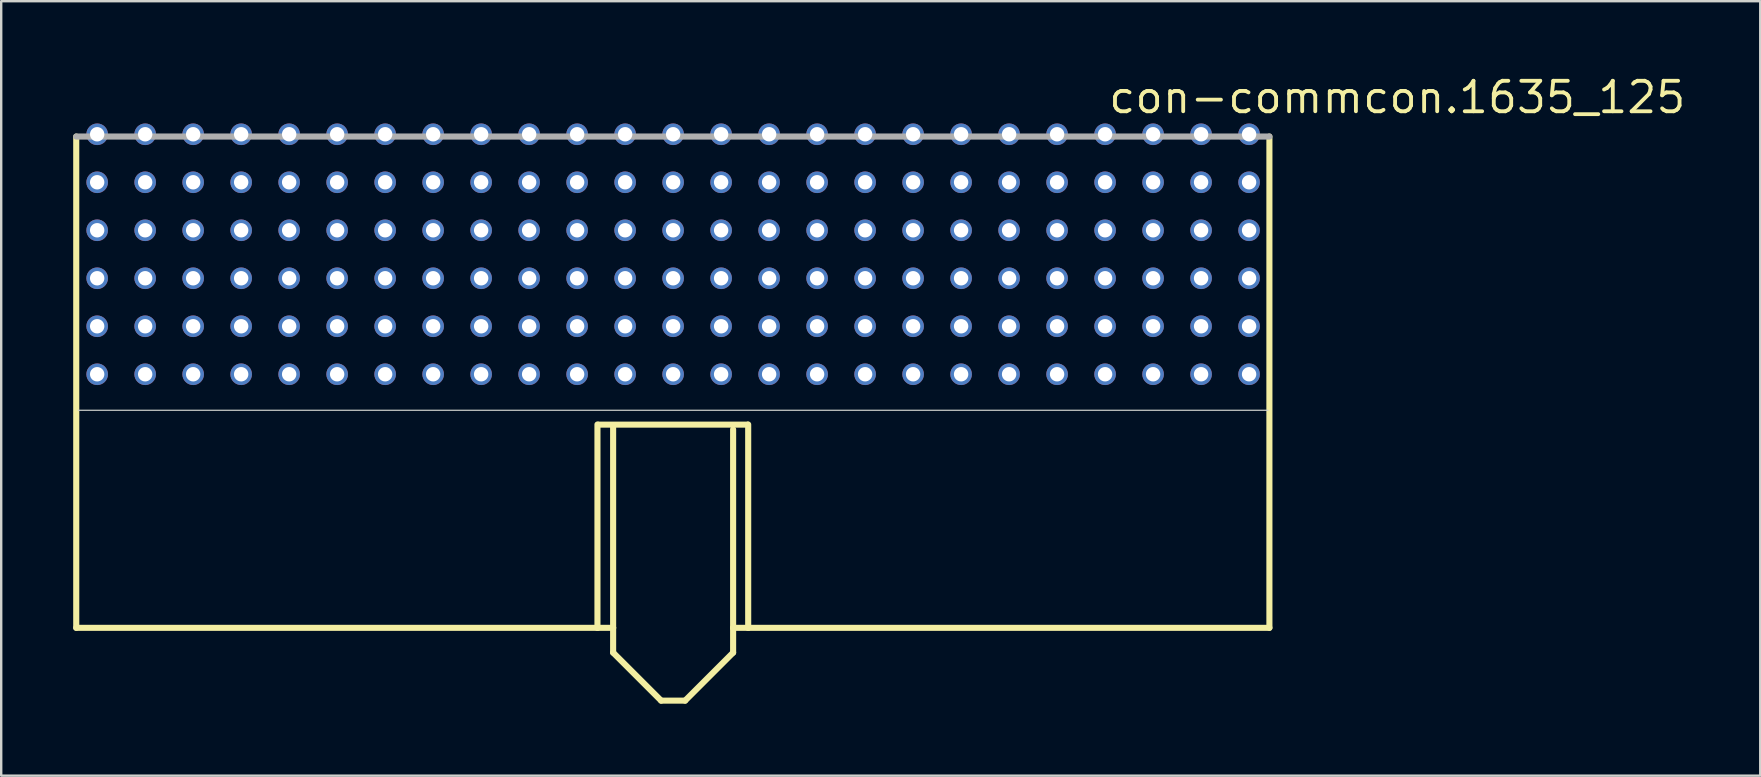
<source format=kicad_pcb>
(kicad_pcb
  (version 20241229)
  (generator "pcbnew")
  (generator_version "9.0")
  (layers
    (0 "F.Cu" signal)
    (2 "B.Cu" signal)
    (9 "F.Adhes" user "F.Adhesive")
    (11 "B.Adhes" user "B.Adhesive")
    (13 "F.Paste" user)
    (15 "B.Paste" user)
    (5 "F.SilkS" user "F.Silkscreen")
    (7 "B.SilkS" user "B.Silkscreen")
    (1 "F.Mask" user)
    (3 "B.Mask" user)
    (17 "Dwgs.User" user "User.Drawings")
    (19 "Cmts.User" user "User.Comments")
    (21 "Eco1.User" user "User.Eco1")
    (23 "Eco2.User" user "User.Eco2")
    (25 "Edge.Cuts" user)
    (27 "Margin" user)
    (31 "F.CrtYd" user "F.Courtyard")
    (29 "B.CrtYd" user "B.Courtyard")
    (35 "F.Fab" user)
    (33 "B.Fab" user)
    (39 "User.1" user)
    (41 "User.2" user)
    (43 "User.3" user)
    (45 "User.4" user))
  (footprint "con-commcon.1635_125"
    (layer "F.Cu")
    (at 24.999 13.815)
    (property "Reference" "con-commcon.1635_125" (at 18.065 -12.065 0) (layer "F.SilkS") (effects (font (size 1.27 1.27) (thickness 0.16)) (justify left bottom)))
    (attr through_hole)
    (fp_line (start -24.872 -11.176) (end -24.872 9.296) (stroke (width 0.254) (type default)) (layer "F.SilkS"))
    (fp_line (start -24.872 9.296) (end -3.153 9.296) (stroke (width 0.254) (type default)) (layer "F.SilkS"))
    (fp_line (start -3.153 9.296) (end -3.153 0.824) (stroke (width 0.254) (type default)) (layer "F.SilkS"))
    (fp_line (start -3.153 9.296) (end -2.5 9.296) (stroke (width 0.254) (type default)) (layer "F.SilkS"))
    (fp_line (start -3.1 0.83) (end 3.1 0.83) (stroke (width 0.254) (type default)) (layer "F.SilkS"))
    (fp_line (start -2.5 9.296) (end -2.5 0.93) (stroke (width 0.254) (type default)) (layer "F.SilkS"))
    (fp_line (start -2.5 10.33) (end -2.5 9.296) (stroke (width 0.254) (type default)) (layer "F.SilkS"))
    (fp_line (start -2.5 10.33) (end -0.5 12.33) (stroke (width 0.254) (type default)) (layer "F.SilkS"))
    (fp_line (start -0.5 12.33) (end 0.5 12.33) (stroke (width 0.254) (type default)) (layer "F.SilkS"))
    (fp_line (start 0.5 12.33) (end 2.5 10.33) (stroke (width 0.254) (type default)) (layer "F.SilkS"))
    (fp_line (start 2.5 9.296) (end 2.5 1.03) (stroke (width 0.254) (type default)) (layer "F.SilkS"))
    (fp_line (start 2.5 9.296) (end 3.128 9.296) (stroke (width 0.254) (type default)) (layer "F.SilkS"))
    (fp_line (start 2.5 10.33) (end 2.5 9.296) (stroke (width 0.254) (type default)) (layer "F.SilkS"))
    (fp_line (start 3.128 0.824) (end 3.128 9.296) (stroke (width 0.254) (type default)) (layer "F.SilkS"))
    (fp_line (start 3.128 9.296) (end 24.847 9.296) (stroke (width 0.254) (type default)) (layer "F.SilkS"))
    (fp_line (start 24.847 9.296) (end 24.847 -11.176) (stroke (width 0.254) (type default)) (layer "F.SilkS"))
    (fp_line (start -24.789 0.23) (end 24.789 0.23) (stroke (width 0.051) (type default)) (layer "Edge.Cuts"))
    (fp_line (start 24.847 -11.176) (end -24.872 -11.176) (stroke (width 0.254) (type default)) (layer "F.Fab"))
    (pad "A1" thru_hole circle (at 24 -1.27) (size 0.9 0.9) (drill 0.6) (layers "*.Cu" "*.Mask"))
    (pad "A2" thru_hole circle (at 22 -1.27) (size 0.9 0.9) (drill 0.6) (layers "*.Cu" "*.Mask"))
    (pad "A3" thru_hole circle (at 20 -1.27) (size 0.9 0.9) (drill 0.6) (layers "*.Cu" "*.Mask"))
    (pad "A4" thru_hole circle (at 18 -1.27) (size 0.9 0.9) (drill 0.6) (layers "*.Cu" "*.Mask"))
    (pad "A5" thru_hole circle (at 16 -1.27) (size 0.9 0.9) (drill 0.6) (layers "*.Cu" "*.Mask"))
    (pad "A6" thru_hole circle (at 14 -1.27) (size 0.9 0.9) (drill 0.6) (layers "*.Cu" "*.Mask"))
    (pad "A7" thru_hole circle (at 12 -1.27) (size 0.9 0.9) (drill 0.6) (layers "*.Cu" "*.Mask"))
    (pad "A8" thru_hole circle (at 10 -1.27) (size 0.9 0.9) (drill 0.6) (layers "*.Cu" "*.Mask"))
    (pad "A9" thru_hole circle (at 8 -1.27) (size 0.9 0.9) (drill 0.6) (layers "*.Cu" "*.Mask"))
    (pad "A10" thru_hole circle (at 6 -1.27) (size 0.9 0.9) (drill 0.6) (layers "*.Cu" "*.Mask"))
    (pad "A11" thru_hole circle (at 4 -1.27) (size 0.9 0.9) (drill 0.6) (layers "*.Cu" "*.Mask"))
    (pad "A12" thru_hole circle (at 2 -1.27) (size 0.9 0.9) (drill 0.6) (layers "*.Cu" "*.Mask"))
    (pad "A13" thru_hole circle (at 0 -1.27) (size 0.9 0.9) (drill 0.6) (layers "*.Cu" "*.Mask"))
    (pad "A14" thru_hole circle (at -2 -1.27) (size 0.9 0.9) (drill 0.6) (layers "*.Cu" "*.Mask"))
    (pad "A15" thru_hole circle (at -4 -1.27) (size 0.9 0.9) (drill 0.6) (layers "*.Cu" "*.Mask"))
    (pad "A16" thru_hole circle (at -6 -1.27) (size 0.9 0.9) (drill 0.6) (layers "*.Cu" "*.Mask"))
    (pad "A17" thru_hole circle (at -8 -1.27) (size 0.9 0.9) (drill 0.6) (layers "*.Cu" "*.Mask"))
    (pad "A18" thru_hole circle (at -10 -1.27) (size 0.9 0.9) (drill 0.6) (layers "*.Cu" "*.Mask"))
    (pad "A19" thru_hole circle (at -12 -1.27) (size 0.9 0.9) (drill 0.6) (layers "*.Cu" "*.Mask"))
    (pad "A20" thru_hole circle (at -14 -1.27) (size 0.9 0.9) (drill 0.6) (layers "*.Cu" "*.Mask"))
    (pad "A21" thru_hole circle (at -16 -1.27) (size 0.9 0.9) (drill 0.6) (layers "*.Cu" "*.Mask"))
    (pad "A22" thru_hole circle (at -18 -1.27) (size 0.9 0.9) (drill 0.6) (layers "*.Cu" "*.Mask"))
    (pad "A23" thru_hole circle (at -20 -1.27) (size 0.9 0.9) (drill 0.6) (layers "*.Cu" "*.Mask"))
    (pad "A24" thru_hole circle (at -22 -1.27) (size 0.9 0.9) (drill 0.6) (layers "*.Cu" "*.Mask"))
    (pad "A25" thru_hole circle (at -24 -1.27) (size 0.9 0.9) (drill 0.6) (layers "*.Cu" "*.Mask"))
    (pad "B1" thru_hole circle (at 24 -3.27) (size 0.9 0.9) (drill 0.6) (layers "*.Cu" "*.Mask"))
    (pad "B2" thru_hole circle (at 22 -3.27) (size 0.9 0.9) (drill 0.6) (layers "*.Cu" "*.Mask"))
    (pad "B3" thru_hole circle (at 20 -3.27) (size 0.9 0.9) (drill 0.6) (layers "*.Cu" "*.Mask"))
    (pad "B4" thru_hole circle (at 18 -3.27) (size 0.9 0.9) (drill 0.6) (layers "*.Cu" "*.Mask"))
    (pad "B5" thru_hole circle (at 16 -3.27) (size 0.9 0.9) (drill 0.6) (layers "*.Cu" "*.Mask"))
    (pad "B6" thru_hole circle (at 14 -3.27) (size 0.9 0.9) (drill 0.6) (layers "*.Cu" "*.Mask"))
    (pad "B7" thru_hole circle (at 12 -3.27) (size 0.9 0.9) (drill 0.6) (layers "*.Cu" "*.Mask"))
    (pad "B8" thru_hole circle (at 10 -3.27) (size 0.9 0.9) (drill 0.6) (layers "*.Cu" "*.Mask"))
    (pad "B9" thru_hole circle (at 8 -3.27) (size 0.9 0.9) (drill 0.6) (layers "*.Cu" "*.Mask"))
    (pad "B10" thru_hole circle (at 6 -3.27) (size 0.9 0.9) (drill 0.6) (layers "*.Cu" "*.Mask"))
    (pad "B11" thru_hole circle (at 4 -3.27) (size 0.9 0.9) (drill 0.6) (layers "*.Cu" "*.Mask"))
    (pad "B12" thru_hole circle (at 2 -3.27) (size 0.9 0.9) (drill 0.6) (layers "*.Cu" "*.Mask"))
    (pad "B13" thru_hole circle (at 0 -3.27) (size 0.9 0.9) (drill 0.6) (layers "*.Cu" "*.Mask"))
    (pad "B14" thru_hole circle (at -2 -3.27) (size 0.9 0.9) (drill 0.6) (layers "*.Cu" "*.Mask"))
    (pad "B15" thru_hole circle (at -4 -3.27) (size 0.9 0.9) (drill 0.6) (layers "*.Cu" "*.Mask"))
    (pad "B16" thru_hole circle (at -6 -3.27) (size 0.9 0.9) (drill 0.6) (layers "*.Cu" "*.Mask"))
    (pad "B17" thru_hole circle (at -8 -3.27) (size 0.9 0.9) (drill 0.6) (layers "*.Cu" "*.Mask"))
    (pad "B18" thru_hole circle (at -10 -3.27) (size 0.9 0.9) (drill 0.6) (layers "*.Cu" "*.Mask"))
    (pad "B19" thru_hole circle (at -12 -3.27) (size 0.9 0.9) (drill 0.6) (layers "*.Cu" "*.Mask"))
    (pad "B20" thru_hole circle (at -14 -3.27) (size 0.9 0.9) (drill 0.6) (layers "*.Cu" "*.Mask"))
    (pad "B21" thru_hole circle (at -16 -3.27) (size 0.9 0.9) (drill 0.6) (layers "*.Cu" "*.Mask"))
    (pad "B22" thru_hole circle (at -18 -3.27) (size 0.9 0.9) (drill 0.6) (layers "*.Cu" "*.Mask"))
    (pad "B23" thru_hole circle (at -20 -3.27) (size 0.9 0.9) (drill 0.6) (layers "*.Cu" "*.Mask"))
    (pad "B24" thru_hole circle (at -22 -3.27) (size 0.9 0.9) (drill 0.6) (layers "*.Cu" "*.Mask"))
    (pad "B25" thru_hole circle (at -24 -3.27) (size 0.9 0.9) (drill 0.6) (layers "*.Cu" "*.Mask"))
    (pad "C1" thru_hole circle (at 24 -5.27) (size 0.9 0.9) (drill 0.6) (layers "*.Cu" "*.Mask"))
    (pad "C2" thru_hole circle (at 22 -5.27) (size 0.9 0.9) (drill 0.6) (layers "*.Cu" "*.Mask"))
    (pad "C3" thru_hole circle (at 20 -5.27) (size 0.9 0.9) (drill 0.6) (layers "*.Cu" "*.Mask"))
    (pad "C4" thru_hole circle (at 18 -5.27) (size 0.9 0.9) (drill 0.6) (layers "*.Cu" "*.Mask"))
    (pad "C5" thru_hole circle (at 16 -5.27) (size 0.9 0.9) (drill 0.6) (layers "*.Cu" "*.Mask"))
    (pad "C6" thru_hole circle (at 14 -5.27) (size 0.9 0.9) (drill 0.6) (layers "*.Cu" "*.Mask"))
    (pad "C7" thru_hole circle (at 12 -5.27) (size 0.9 0.9) (drill 0.6) (layers "*.Cu" "*.Mask"))
    (pad "C8" thru_hole circle (at 10 -5.27) (size 0.9 0.9) (drill 0.6) (layers "*.Cu" "*.Mask"))
    (pad "C9" thru_hole circle (at 8 -5.27) (size 0.9 0.9) (drill 0.6) (layers "*.Cu" "*.Mask"))
    (pad "C10" thru_hole circle (at 6 -5.27) (size 0.9 0.9) (drill 0.6) (layers "*.Cu" "*.Mask"))
    (pad "C11" thru_hole circle (at 4 -5.27) (size 0.9 0.9) (drill 0.6) (layers "*.Cu" "*.Mask"))
    (pad "C12" thru_hole circle (at 2 -5.27) (size 0.9 0.9) (drill 0.6) (layers "*.Cu" "*.Mask"))
    (pad "C13" thru_hole circle (at 0 -5.27) (size 0.9 0.9) (drill 0.6) (layers "*.Cu" "*.Mask"))
    (pad "C14" thru_hole circle (at -2 -5.27) (size 0.9 0.9) (drill 0.6) (layers "*.Cu" "*.Mask"))
    (pad "C15" thru_hole circle (at -4 -5.27) (size 0.9 0.9) (drill 0.6) (layers "*.Cu" "*.Mask"))
    (pad "C16" thru_hole circle (at -6 -5.27) (size 0.9 0.9) (drill 0.6) (layers "*.Cu" "*.Mask"))
    (pad "C17" thru_hole circle (at -8 -5.27) (size 0.9 0.9) (drill 0.6) (layers "*.Cu" "*.Mask"))
    (pad "C18" thru_hole circle (at -10 -5.27) (size 0.9 0.9) (drill 0.6) (layers "*.Cu" "*.Mask"))
    (pad "C19" thru_hole circle (at -12 -5.27) (size 0.9 0.9) (drill 0.6) (layers "*.Cu" "*.Mask"))
    (pad "C20" thru_hole circle (at -14 -5.27) (size 0.9 0.9) (drill 0.6) (layers "*.Cu" "*.Mask"))
    (pad "C21" thru_hole circle (at -16 -5.27) (size 0.9 0.9) (drill 0.6) (layers "*.Cu" "*.Mask"))
    (pad "C22" thru_hole circle (at -18 -5.27) (size 0.9 0.9) (drill 0.6) (layers "*.Cu" "*.Mask"))
    (pad "C23" thru_hole circle (at -20 -5.27) (size 0.9 0.9) (drill 0.6) (layers "*.Cu" "*.Mask"))
    (pad "C24" thru_hole circle (at -22 -5.27) (size 0.9 0.9) (drill 0.6) (layers "*.Cu" "*.Mask"))
    (pad "C25" thru_hole circle (at -24 -5.27) (size 0.9 0.9) (drill 0.6) (layers "*.Cu" "*.Mask"))
    (pad "D1" thru_hole circle (at 24 -7.27) (size 0.9 0.9) (drill 0.6) (layers "*.Cu" "*.Mask"))
    (pad "D2" thru_hole circle (at 22 -7.27) (size 0.9 0.9) (drill 0.6) (layers "*.Cu" "*.Mask"))
    (pad "D3" thru_hole circle (at 20 -7.27) (size 0.9 0.9) (drill 0.6) (layers "*.Cu" "*.Mask"))
    (pad "D4" thru_hole circle (at 18 -7.27) (size 0.9 0.9) (drill 0.6) (layers "*.Cu" "*.Mask"))
    (pad "D5" thru_hole circle (at 16 -7.27) (size 0.9 0.9) (drill 0.6) (layers "*.Cu" "*.Mask"))
    (pad "D6" thru_hole circle (at 14 -7.27) (size 0.9 0.9) (drill 0.6) (layers "*.Cu" "*.Mask"))
    (pad "D7" thru_hole circle (at 12 -7.27) (size 0.9 0.9) (drill 0.6) (layers "*.Cu" "*.Mask"))
    (pad "D8" thru_hole circle (at 10 -7.27) (size 0.9 0.9) (drill 0.6) (layers "*.Cu" "*.Mask"))
    (pad "D9" thru_hole circle (at 8 -7.27) (size 0.9 0.9) (drill 0.6) (layers "*.Cu" "*.Mask"))
    (pad "D10" thru_hole circle (at 6 -7.27) (size 0.9 0.9) (drill 0.6) (layers "*.Cu" "*.Mask"))
    (pad "D11" thru_hole circle (at 4 -7.27) (size 0.9 0.9) (drill 0.6) (layers "*.Cu" "*.Mask"))
    (pad "D12" thru_hole circle (at 2 -7.27) (size 0.9 0.9) (drill 0.6) (layers "*.Cu" "*.Mask"))
    (pad "D13" thru_hole circle (at 0 -7.27) (size 0.9 0.9) (drill 0.6) (layers "*.Cu" "*.Mask"))
    (pad "D14" thru_hole circle (at -2 -7.27) (size 0.9 0.9) (drill 0.6) (layers "*.Cu" "*.Mask"))
    (pad "D15" thru_hole circle (at -4 -7.27) (size 0.9 0.9) (drill 0.6) (layers "*.Cu" "*.Mask"))
    (pad "D16" thru_hole circle (at -6 -7.27) (size 0.9 0.9) (drill 0.6) (layers "*.Cu" "*.Mask"))
    (pad "D17" thru_hole circle (at -8 -7.27) (size 0.9 0.9) (drill 0.6) (layers "*.Cu" "*.Mask"))
    (pad "D18" thru_hole circle (at -10 -7.27) (size 0.9 0.9) (drill 0.6) (layers "*.Cu" "*.Mask"))
    (pad "D19" thru_hole circle (at -12 -7.27) (size 0.9 0.9) (drill 0.6) (layers "*.Cu" "*.Mask"))
    (pad "D20" thru_hole circle (at -14 -7.27) (size 0.9 0.9) (drill 0.6) (layers "*.Cu" "*.Mask"))
    (pad "D21" thru_hole circle (at -16 -7.27) (size 0.9 0.9) (drill 0.6) (layers "*.Cu" "*.Mask"))
    (pad "D22" thru_hole circle (at -18 -7.27) (size 0.9 0.9) (drill 0.6) (layers "*.Cu" "*.Mask"))
    (pad "D23" thru_hole circle (at -20 -7.27) (size 0.9 0.9) (drill 0.6) (layers "*.Cu" "*.Mask"))
    (pad "D24" thru_hole circle (at -22 -7.27) (size 0.9 0.9) (drill 0.6) (layers "*.Cu" "*.Mask"))
    (pad "D25" thru_hole circle (at -24 -7.27) (size 0.9 0.9) (drill 0.6) (layers "*.Cu" "*.Mask"))
    (pad "E1" thru_hole circle (at 24 -9.27) (size 0.9 0.9) (drill 0.6) (layers "*.Cu" "*.Mask"))
    (pad "E2" thru_hole circle (at 22 -9.27) (size 0.9 0.9) (drill 0.6) (layers "*.Cu" "*.Mask"))
    (pad "E3" thru_hole circle (at 20 -9.27) (size 0.9 0.9) (drill 0.6) (layers "*.Cu" "*.Mask"))
    (pad "E4" thru_hole circle (at 18 -9.27) (size 0.9 0.9) (drill 0.6) (layers "*.Cu" "*.Mask"))
    (pad "E5" thru_hole circle (at 16 -9.27) (size 0.9 0.9) (drill 0.6) (layers "*.Cu" "*.Mask"))
    (pad "E6" thru_hole circle (at 14 -9.27) (size 0.9 0.9) (drill 0.6) (layers "*.Cu" "*.Mask"))
    (pad "E7" thru_hole circle (at 12 -9.27) (size 0.9 0.9) (drill 0.6) (layers "*.Cu" "*.Mask"))
    (pad "E8" thru_hole circle (at 10 -9.27) (size 0.9 0.9) (drill 0.6) (layers "*.Cu" "*.Mask"))
    (pad "E9" thru_hole circle (at 8 -9.27) (size 0.9 0.9) (drill 0.6) (layers "*.Cu" "*.Mask"))
    (pad "E10" thru_hole circle (at 6 -9.27) (size 0.9 0.9) (drill 0.6) (layers "*.Cu" "*.Mask"))
    (pad "E11" thru_hole circle (at 4 -9.27) (size 0.9 0.9) (drill 0.6) (layers "*.Cu" "*.Mask"))
    (pad "E12" thru_hole circle (at 2 -9.27) (size 0.9 0.9) (drill 0.6) (layers "*.Cu" "*.Mask"))
    (pad "E13" thru_hole circle (at 0 -9.27) (size 0.9 0.9) (drill 0.6) (layers "*.Cu" "*.Mask"))
    (pad "E14" thru_hole circle (at -2 -9.27) (size 0.9 0.9) (drill 0.6) (layers "*.Cu" "*.Mask"))
    (pad "E15" thru_hole circle (at -4 -9.27) (size 0.9 0.9) (drill 0.6) (layers "*.Cu" "*.Mask"))
    (pad "E16" thru_hole circle (at -6 -9.27) (size 0.9 0.9) (drill 0.6) (layers "*.Cu" "*.Mask"))
    (pad "E17" thru_hole circle (at -8 -9.27) (size 0.9 0.9) (drill 0.6) (layers "*.Cu" "*.Mask"))
    (pad "E18" thru_hole circle (at -10 -9.27) (size 0.9 0.9) (drill 0.6) (layers "*.Cu" "*.Mask"))
    (pad "E19" thru_hole circle (at -12 -9.27) (size 0.9 0.9) (drill 0.6) (layers "*.Cu" "*.Mask"))
    (pad "E20" thru_hole circle (at -14 -9.27) (size 0.9 0.9) (drill 0.6) (layers "*.Cu" "*.Mask"))
    (pad "E21" thru_hole circle (at -16 -9.27) (size 0.9 0.9) (drill 0.6) (layers "*.Cu" "*.Mask"))
    (pad "E22" thru_hole circle (at -18 -9.27) (size 0.9 0.9) (drill 0.6) (layers "*.Cu" "*.Mask"))
    (pad "E23" thru_hole circle (at -20 -9.27) (size 0.9 0.9) (drill 0.6) (layers "*.Cu" "*.Mask"))
    (pad "E24" thru_hole circle (at -22 -9.27) (size 0.9 0.9) (drill 0.6) (layers "*.Cu" "*.Mask"))
    (pad "E25" thru_hole circle (at -24 -9.27) (size 0.9 0.9) (drill 0.6) (layers "*.Cu" "*.Mask"))
    (pad "F1" thru_hole circle (at 24 -11.27) (size 0.9 0.9) (drill 0.6) (layers "*.Cu" "*.Mask"))
    (pad "F2" thru_hole circle (at 22 -11.27) (size 0.9 0.9) (drill 0.6) (layers "*.Cu" "*.Mask"))
    (pad "F3" thru_hole circle (at 20 -11.27) (size 0.9 0.9) (drill 0.6) (layers "*.Cu" "*.Mask"))
    (pad "F4" thru_hole circle (at 18 -11.27) (size 0.9 0.9) (drill 0.6) (layers "*.Cu" "*.Mask"))
    (pad "F5" thru_hole circle (at 16 -11.27) (size 0.9 0.9) (drill 0.6) (layers "*.Cu" "*.Mask"))
    (pad "F6" thru_hole circle (at 14 -11.27) (size 0.9 0.9) (drill 0.6) (layers "*.Cu" "*.Mask"))
    (pad "F7" thru_hole circle (at 12 -11.27) (size 0.9 0.9) (drill 0.6) (layers "*.Cu" "*.Mask"))
    (pad "F8" thru_hole circle (at 10 -11.27) (size 0.9 0.9) (drill 0.6) (layers "*.Cu" "*.Mask"))
    (pad "F9" thru_hole circle (at 8 -11.27) (size 0.9 0.9) (drill 0.6) (layers "*.Cu" "*.Mask"))
    (pad "F10" thru_hole circle (at 6 -11.27) (size 0.9 0.9) (drill 0.6) (layers "*.Cu" "*.Mask"))
    (pad "F11" thru_hole circle (at 4 -11.27) (size 0.9 0.9) (drill 0.6) (layers "*.Cu" "*.Mask"))
    (pad "F12" thru_hole circle (at 2 -11.27) (size 0.9 0.9) (drill 0.6) (layers "*.Cu" "*.Mask"))
    (pad "F13" thru_hole circle (at 0 -11.27) (size 0.9 0.9) (drill 0.6) (layers "*.Cu" "*.Mask"))
    (pad "F14" thru_hole circle (at -2 -11.27) (size 0.9 0.9) (drill 0.6) (layers "*.Cu" "*.Mask"))
    (pad "F15" thru_hole circle (at -4 -11.27) (size 0.9 0.9) (drill 0.6) (layers "*.Cu" "*.Mask"))
    (pad "F16" thru_hole circle (at -6 -11.27) (size 0.9 0.9) (drill 0.6) (layers "*.Cu" "*.Mask"))
    (pad "F17" thru_hole circle (at -8 -11.27) (size 0.9 0.9) (drill 0.6) (layers "*.Cu" "*.Mask"))
    (pad "F18" thru_hole circle (at -10 -11.27) (size 0.9 0.9) (drill 0.6) (layers "*.Cu" "*.Mask"))
    (pad "F19" thru_hole circle (at -12 -11.27) (size 0.9 0.9) (drill 0.6) (layers "*.Cu" "*.Mask"))
    (pad "F20" thru_hole circle (at -14 -11.27) (size 0.9 0.9) (drill 0.6) (layers "*.Cu" "*.Mask"))
    (pad "F21" thru_hole circle (at -16 -11.27) (size 0.9 0.9) (drill 0.6) (layers "*.Cu" "*.Mask"))
    (pad "F22" thru_hole circle (at -18 -11.27) (size 0.9 0.9) (drill 0.6) (layers "*.Cu" "*.Mask"))
    (pad "F23" thru_hole circle (at -20 -11.27) (size 0.9 0.9) (drill 0.6) (layers "*.Cu" "*.Mask"))
    (pad "F24" thru_hole circle (at -22 -11.27) (size 0.9 0.9) (drill 0.6) (layers "*.Cu" "*.Mask"))
    (pad "F25" thru_hole circle (at -24 -11.27) (size 0.9 0.9) (drill 0.6) (layers "*.Cu" "*.Mask")))
  (gr_rect
    (start -3 -3)
    (end 70.299 29.272)
    (stroke (width 0.1) (type default))
    (fill no)
    (layer "Edge.Cuts")))
</source>
